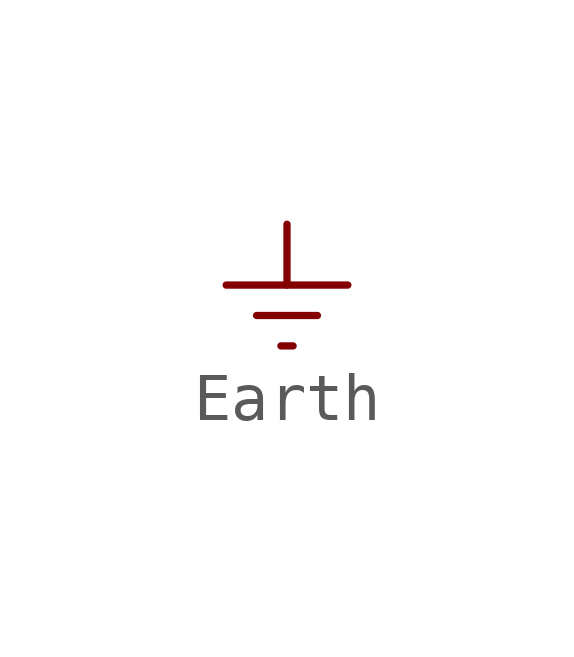
<source format=kicad_sym>
(kicad_symbol_lib
  (version 20220914)
  (generator kicad_symbol_editor)
  (symbol "Earth"
    (power)
    (pin_names
      (offset 0))
    (property "Reference" "#PWR"
      (at 0 -6.35 0)
      (effects (font (size 1.27 1.27)) hide))
    (symbol "Earth_0_1"
      (polyline (pts (xy -0.635 -1.905) (xy 0.635 -1.905)) (stroke (width 0) (type default)) (fill (type none)))
      (polyline (pts (xy -0.127 -2.54) (xy 0.127 -2.54)) (stroke (width 0) (type default)) (fill (type none)))
      (polyline (pts (xy 0 -1.27) (xy 0 0)) (stroke (width 0) (type default)) (fill (type none)))
      (polyline (pts (xy 1.27 -1.27) (xy -1.27 -1.27)) (stroke (width 0) (type default)) (fill (type none))))
    (symbol "Earth_1_1"
      (pin passive line (at 0 0 270) (length 0) hide (name "Earth" (effects (font (size 1.27 1.27)))) (number "1" (effects (font (size 1.27 1.27))))))))
</source>
